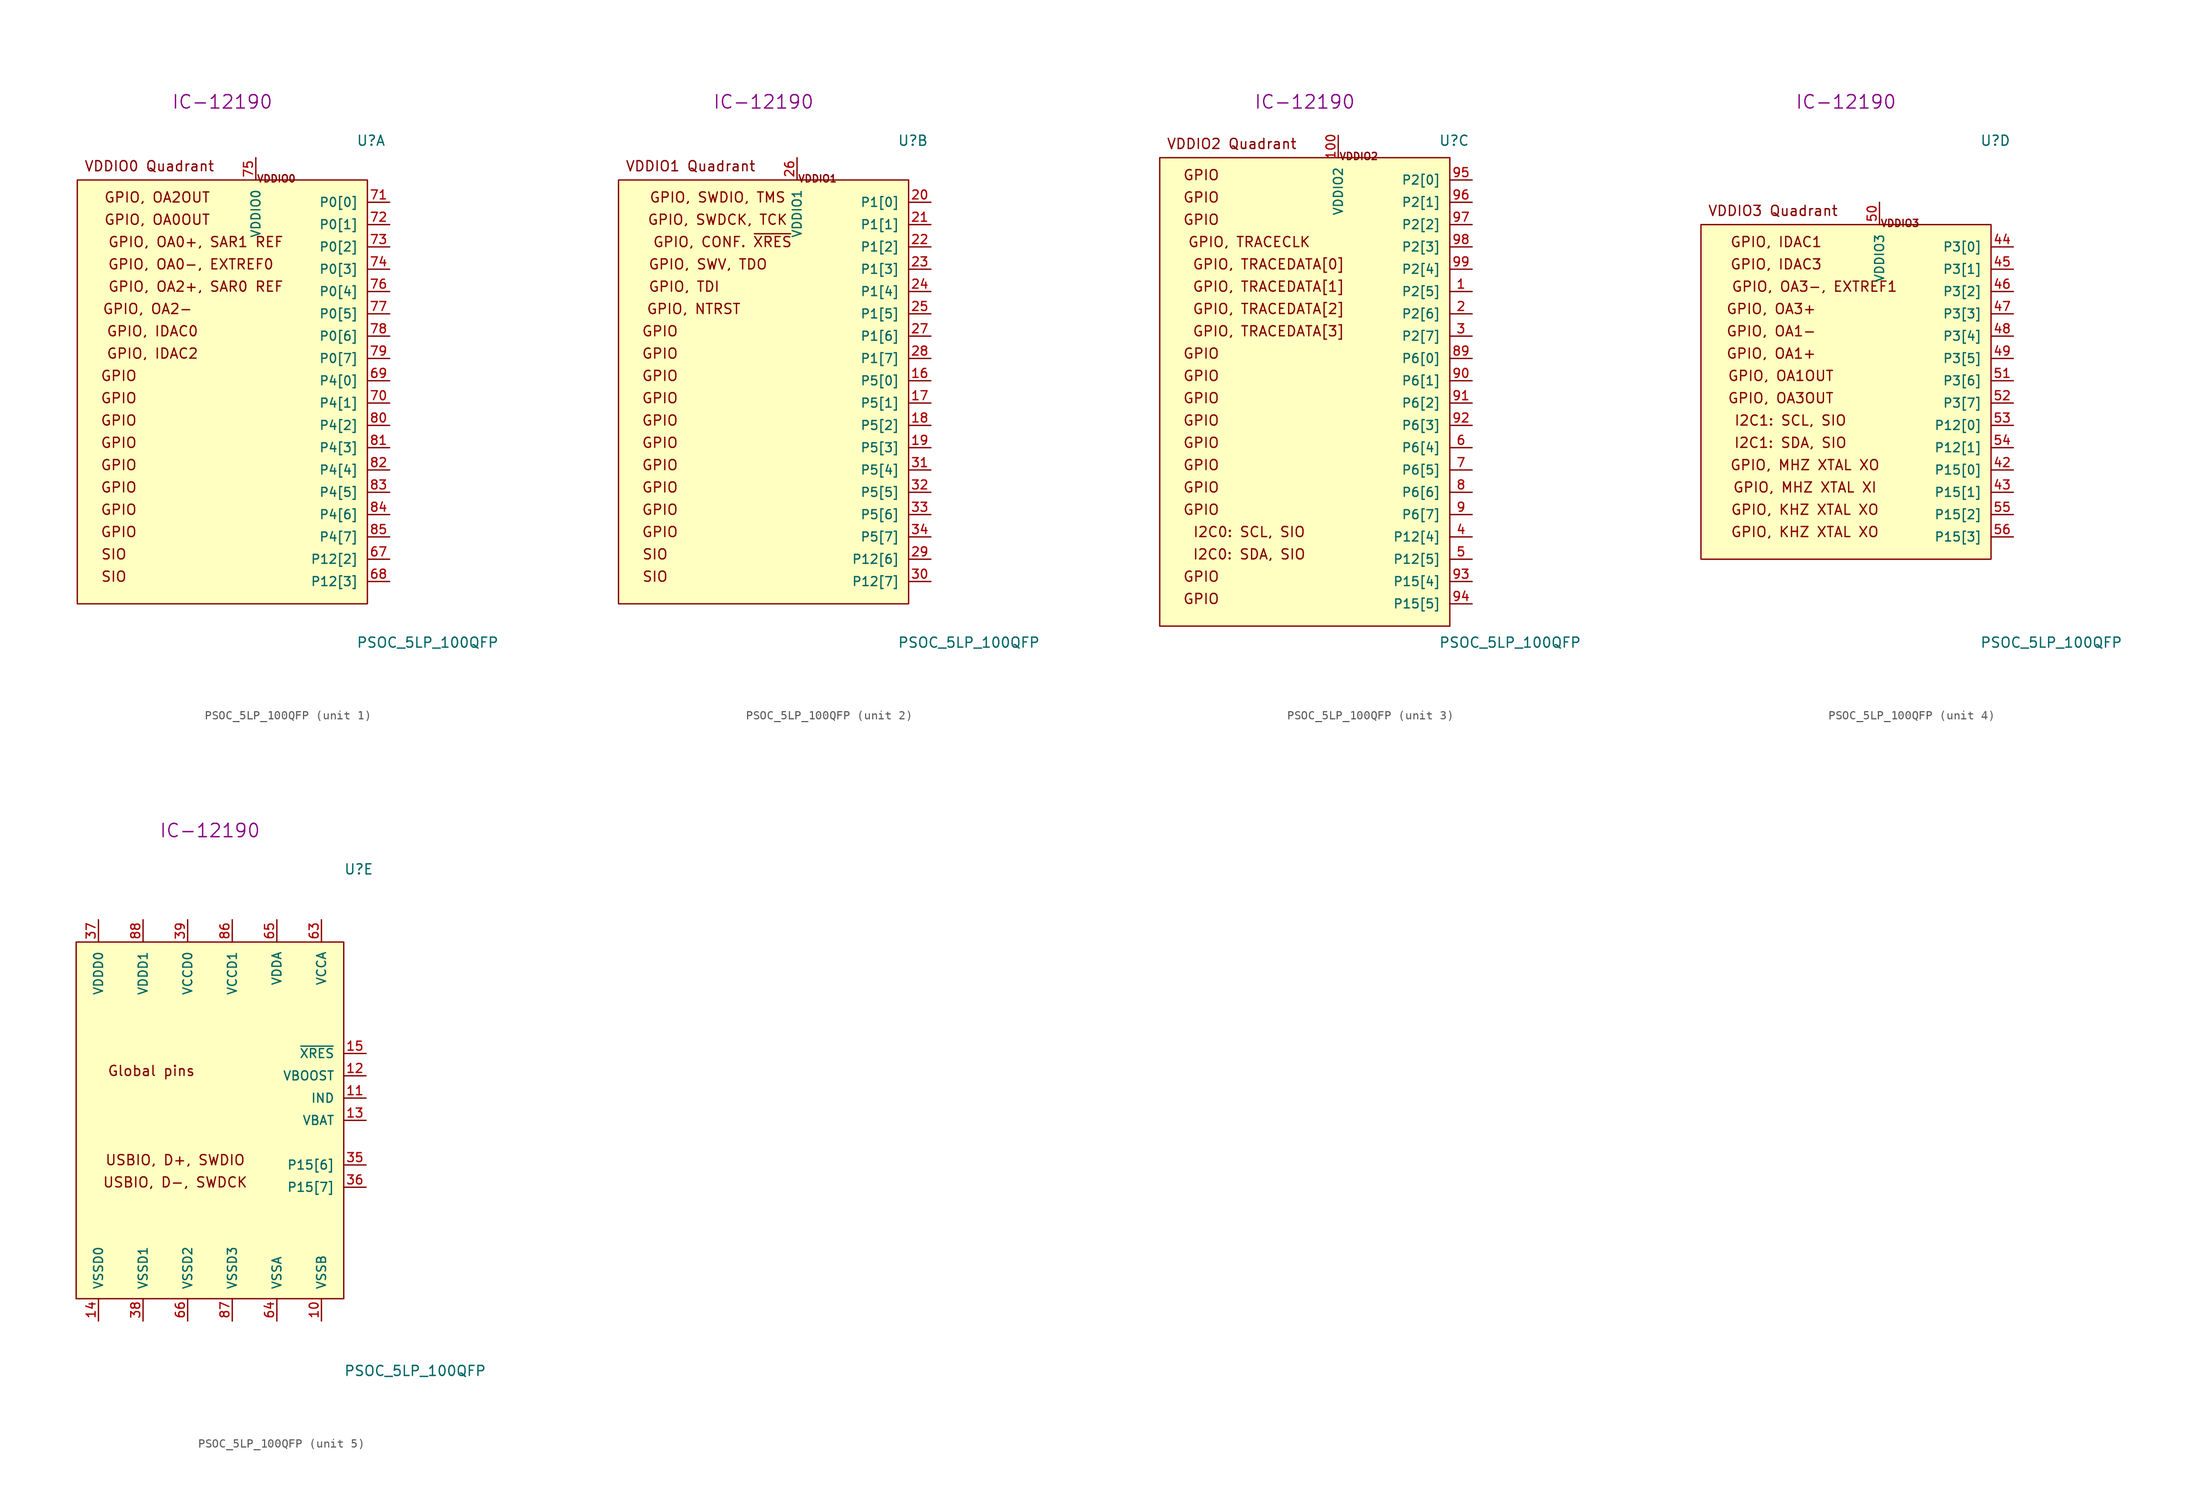
<source format=kicad_sym>
(kicad_symbol_lib
  (version 20201005)
  (generator kicad_symbol_editor)
  (symbol "PSOC_5LP_100QFP"
    (pin_names
      (offset 1.016))
    (property "Reference" "U"
      (at 15.24 27.94 0)
      (effects (font (size 1.143 1.143)) (justify left bottom)))
    (property "Value" "PSOC_5LP_100QFP"
      (at 15.24 -29.21 0)
      (effects (font (size 1.143 1.143)) (justify left bottom)))
    (property "Field4" "IC-12190"
      (at 0 33.02 0)
      (effects (font (size 1.524 1.524))))
    (property "ki_locked" ""
      (at 0 0 0)
      (effects (font (size 1.27 1.27))))
    (symbol "PSOC_5LP_100QFP_1_0"
      (text "GPIO" (at -11.786 -15.951 0) (effects (font (size 1.143 1.143))))
      (text "GPIO" (at -11.786 -13.411 0) (effects (font (size 1.143 1.143))))
      (text "GPIO" (at -11.786 -10.871 0) (effects (font (size 1.143 1.143))))
      (text "GPIO" (at -11.786 -8.331 0) (effects (font (size 1.143 1.143))))
      (text "GPIO" (at -11.786 -5.791 0) (effects (font (size 1.143 1.143))))
      (text "GPIO" (at -11.786 -3.251 0) (effects (font (size 1.143 1.143))))
      (text "GPIO" (at -11.786 -0.711 0) (effects (font (size 1.143 1.143))))
      (text "GPIO" (at -11.786 1.829 0) (effects (font (size 1.143 1.143))))
      (text "GPIO, IDAC0" (at -7.95 6.909 0) (effects (font (size 1.143 1.143))))
      (text "GPIO, IDAC2" (at -7.95 4.369 0) (effects (font (size 1.143 1.143))))
      (text "GPIO, OA0+, SAR1 REF" (at -3.023 17.069 0) (effects (font (size 1.143 1.143))))
      (text "GPIO, OA0-, EXTREF0" (at -3.581 14.529 0) (effects (font (size 1.143 1.143))))
      (text "GPIO, OA0OUT" (at -7.417 19.609 0) (effects (font (size 1.143 1.143))))
      (text "GPIO, OA2+, SAR0 REF" (at -3.023 11.989 0) (effects (font (size 1.143 1.143))))
      (text "GPIO, OA2-" (at -8.509 9.449 0) (effects (font (size 1.143 1.143))))
      (text "GPIO, OA2OUT" (at -7.417 22.149 0) (effects (font (size 1.143 1.143))))
      (text "SIO" (at -12.344 -21.031 0) (effects (font (size 1.143 1.143))))
      (text "SIO" (at -12.344 -18.491 0) (effects (font (size 1.143 1.143))))
      (text "VDDIO0" (at 6.147 24.282 0) (effects (font (size 0.813 0.813))))
      (text "VDDIO0 Quadrant" (at -8.306 25.705 0) (effects (font (size 1.143 1.143)))))
    (symbol "PSOC_5LP_100QFP_1_1"
      (polyline (pts (xy -16.51 -24.13) (xy -16.51 24.13) (xy 16.51 24.13) (xy 16.51 -24.13) (xy -16.51 -24.13)) (stroke (width 0)) (fill (type background)))
      (pin bidirectional line (at 19.05 -1.27 180) (length 2.54) (name "P4[1]" (effects (font (size 1.016 1.016)))) (number "70" (effects (font (size 1.016 1.016)))))
      (pin bidirectional line (at 19.05 -3.81 180) (length 2.54) (name "P4[2]" (effects (font (size 1.016 1.016)))) (number "80" (effects (font (size 1.016 1.016)))))
      (pin bidirectional line (at 19.05 21.59 180) (length 2.54) (name "P0[0]" (effects (font (size 1.016 1.016)))) (number "71" (effects (font (size 1.016 1.016)))))
      (pin bidirectional line (at 19.05 -6.35 180) (length 2.54) (name "P4[3]" (effects (font (size 1.016 1.016)))) (number "81" (effects (font (size 1.016 1.016)))))
      (pin bidirectional line (at 19.05 19.05 180) (length 2.54) (name "P0[1]" (effects (font (size 1.016 1.016)))) (number "72" (effects (font (size 1.016 1.016)))))
      (pin bidirectional line (at 19.05 -8.89 180) (length 2.54) (name "P4[4]" (effects (font (size 1.016 1.016)))) (number "82" (effects (font (size 1.016 1.016)))))
      (pin bidirectional line (at 19.05 16.51 180) (length 2.54) (name "P0[2]" (effects (font (size 1.016 1.016)))) (number "73" (effects (font (size 1.016 1.016)))))
      (pin bidirectional line (at 19.05 -11.43 180) (length 2.54) (name "P4[5]" (effects (font (size 1.016 1.016)))) (number "83" (effects (font (size 1.016 1.016)))))
      (pin bidirectional line (at 19.05 13.97 180) (length 2.54) (name "P0[3]" (effects (font (size 1.016 1.016)))) (number "74" (effects (font (size 1.016 1.016)))))
      (pin bidirectional line (at 19.05 -13.97 180) (length 2.54) (name "P4[6]" (effects (font (size 1.016 1.016)))) (number "84" (effects (font (size 1.016 1.016)))))
      (pin bidirectional line (at 3.81 26.67 270) (length 2.54) (name "VDDIO0" (effects (font (size 1.016 1.016)))) (number "75" (effects (font (size 1.016 1.016)))))
      (pin bidirectional line (at 19.05 -16.51 180) (length 2.54) (name "P4[7]" (effects (font (size 1.016 1.016)))) (number "85" (effects (font (size 1.016 1.016)))))
      (pin bidirectional line (at 19.05 11.43 180) (length 2.54) (name "P0[4]" (effects (font (size 1.016 1.016)))) (number "76" (effects (font (size 1.016 1.016)))))
      (pin bidirectional line (at 19.05 -19.05 180) (length 2.54) (name "P12[2]" (effects (font (size 1.016 1.016)))) (number "67" (effects (font (size 1.016 1.016)))))
      (pin bidirectional line (at 19.05 8.89 180) (length 2.54) (name "P0[5]" (effects (font (size 1.016 1.016)))) (number "77" (effects (font (size 1.016 1.016)))))
      (pin bidirectional line (at 19.05 -21.59 180) (length 2.54) (name "P12[3]" (effects (font (size 1.016 1.016)))) (number "68" (effects (font (size 1.016 1.016)))))
      (pin bidirectional line (at 19.05 6.35 180) (length 2.54) (name "P0[6]" (effects (font (size 1.016 1.016)))) (number "78" (effects (font (size 1.016 1.016)))))
      (pin bidirectional line (at 19.05 1.27 180) (length 2.54) (name "P4[0]" (effects (font (size 1.016 1.016)))) (number "69" (effects (font (size 1.016 1.016)))))
      (pin bidirectional line (at 19.05 3.81 180) (length 2.54) (name "P0[7]" (effects (font (size 1.016 1.016)))) (number "79" (effects (font (size 1.016 1.016))))))
    (symbol "PSOC_5LP_100QFP_2_0"
      (text "GPIO" (at -11.786 -15.951 0) (effects (font (size 1.143 1.143))))
      (text "GPIO" (at -11.786 -13.411 0) (effects (font (size 1.143 1.143))))
      (text "GPIO" (at -11.786 -10.871 0) (effects (font (size 1.143 1.143))))
      (text "GPIO" (at -11.786 -8.331 0) (effects (font (size 1.143 1.143))))
      (text "GPIO" (at -11.786 -5.791 0) (effects (font (size 1.143 1.143))))
      (text "GPIO" (at -11.786 -3.251 0) (effects (font (size 1.143 1.143))))
      (text "GPIO" (at -11.786 -0.711 0) (effects (font (size 1.143 1.143))))
      (text "GPIO" (at -11.786 1.829 0) (effects (font (size 1.143 1.143))))
      (text "GPIO" (at -11.786 4.369 0) (effects (font (size 1.143 1.143))))
      (text "GPIO" (at -11.786 6.909 0) (effects (font (size 1.143 1.143))))
      (text "GPIO, CONF. ~XRES" (at -4.674 17.069 0) (effects (font (size 1.143 1.143))))
      (text "GPIO, NTRST" (at -7.95 9.449 0) (effects (font (size 1.143 1.143))))
      (text "GPIO, SWDCK, TCK" (at -5.232 19.609 0) (effects (font (size 1.143 1.143))))
      (text "GPIO, SWDIO, TMS" (at -5.232 22.149 0) (effects (font (size 1.143 1.143))))
      (text "GPIO, SWV, TDO" (at -6.325 14.529 0) (effects (font (size 1.143 1.143))))
      (text "GPIO, TDI" (at -9.042 11.989 0) (effects (font (size 1.143 1.143))))
      (text "SIO" (at -12.344 -21.031 0) (effects (font (size 1.143 1.143))))
      (text "SIO" (at -12.344 -18.491 0) (effects (font (size 1.143 1.143))))
      (text "VDDIO1" (at 6.147 24.282 0) (effects (font (size 0.813 0.813))))
      (text "VDDIO1 Quadrant" (at -8.306 25.705 0) (effects (font (size 1.143 1.143)))))
    (symbol "PSOC_5LP_100QFP_2_1"
      (polyline (pts (xy -16.51 -24.13) (xy -16.51 24.13) (xy 16.51 24.13) (xy 16.51 -24.13) (xy -16.51 -24.13)) (stroke (width 0)) (fill (type background)))
      (pin bidirectional line (at 19.05 21.59 180) (length 2.54) (name "P1[0]" (effects (font (size 1.016 1.016)))) (number "20" (effects (font (size 1.016 1.016)))))
      (pin bidirectional line (at 19.05 -21.59 180) (length 2.54) (name "P12[7]" (effects (font (size 1.016 1.016)))) (number "30" (effects (font (size 1.016 1.016)))))
      (pin bidirectional line (at 19.05 19.05 180) (length 2.54) (name "P1[1]" (effects (font (size 1.016 1.016)))) (number "21" (effects (font (size 1.016 1.016)))))
      (pin bidirectional line (at 19.05 -8.89 180) (length 2.54) (name "P5[4]" (effects (font (size 1.016 1.016)))) (number "31" (effects (font (size 1.016 1.016)))))
      (pin bidirectional line (at 19.05 16.51 180) (length 2.54) (name "P1[2]" (effects (font (size 1.016 1.016)))) (number "22" (effects (font (size 1.016 1.016)))))
      (pin bidirectional line (at 19.05 -11.43 180) (length 2.54) (name "P5[5]" (effects (font (size 1.016 1.016)))) (number "32" (effects (font (size 1.016 1.016)))))
      (pin bidirectional line (at 19.05 13.97 180) (length 2.54) (name "P1[3]" (effects (font (size 1.016 1.016)))) (number "23" (effects (font (size 1.016 1.016)))))
      (pin bidirectional line (at 19.05 -13.97 180) (length 2.54) (name "P5[6]" (effects (font (size 1.016 1.016)))) (number "33" (effects (font (size 1.016 1.016)))))
      (pin bidirectional line (at 19.05 11.43 180) (length 2.54) (name "P1[4]" (effects (font (size 1.016 1.016)))) (number "24" (effects (font (size 1.016 1.016)))))
      (pin bidirectional line (at 19.05 -16.51 180) (length 2.54) (name "P5[7]" (effects (font (size 1.016 1.016)))) (number "34" (effects (font (size 1.016 1.016)))))
      (pin bidirectional line (at 19.05 8.89 180) (length 2.54) (name "P1[5]" (effects (font (size 1.016 1.016)))) (number "25" (effects (font (size 1.016 1.016)))))
      (pin bidirectional line (at 19.05 1.27 180) (length 2.54) (name "P5[0]" (effects (font (size 1.016 1.016)))) (number "16" (effects (font (size 1.016 1.016)))))
      (pin bidirectional line (at 3.81 26.67 270) (length 2.54) (name "VDDIO1" (effects (font (size 1.016 1.016)))) (number "26" (effects (font (size 1.016 1.016)))))
      (pin bidirectional line (at 19.05 -1.27 180) (length 2.54) (name "P5[1]" (effects (font (size 1.016 1.016)))) (number "17" (effects (font (size 1.016 1.016)))))
      (pin bidirectional line (at 19.05 6.35 180) (length 2.54) (name "P1[6]" (effects (font (size 1.016 1.016)))) (number "27" (effects (font (size 1.016 1.016)))))
      (pin bidirectional line (at 19.05 -3.81 180) (length 2.54) (name "P5[2]" (effects (font (size 1.016 1.016)))) (number "18" (effects (font (size 1.016 1.016)))))
      (pin bidirectional line (at 19.05 3.81 180) (length 2.54) (name "P1[7]" (effects (font (size 1.016 1.016)))) (number "28" (effects (font (size 1.016 1.016)))))
      (pin bidirectional line (at 19.05 -6.35 180) (length 2.54) (name "P5[3]" (effects (font (size 1.016 1.016)))) (number "19" (effects (font (size 1.016 1.016)))))
      (pin bidirectional line (at 19.05 -19.05 180) (length 2.54) (name "P12[6]" (effects (font (size 1.016 1.016)))) (number "29" (effects (font (size 1.016 1.016))))))
    (symbol "PSOC_5LP_100QFP_3_0"
      (text "GPIO" (at -11.786 -23.571 0) (effects (font (size 1.143 1.143))))
      (text "GPIO" (at -11.786 -21.031 0) (effects (font (size 1.143 1.143))))
      (text "GPIO" (at -11.786 -13.411 0) (effects (font (size 1.143 1.143))))
      (text "GPIO" (at -11.786 -10.871 0) (effects (font (size 1.143 1.143))))
      (text "GPIO" (at -11.786 -8.331 0) (effects (font (size 1.143 1.143))))
      (text "GPIO" (at -11.786 -5.791 0) (effects (font (size 1.143 1.143))))
      (text "GPIO" (at -11.786 -3.251 0) (effects (font (size 1.143 1.143))))
      (text "GPIO" (at -11.786 -0.711 0) (effects (font (size 1.143 1.143))))
      (text "GPIO" (at -11.786 1.829 0) (effects (font (size 1.143 1.143))))
      (text "GPIO" (at -11.786 4.369 0) (effects (font (size 1.143 1.143))))
      (text "GPIO" (at -11.786 19.609 0) (effects (font (size 1.143 1.143))))
      (text "GPIO" (at -11.786 22.149 0) (effects (font (size 1.143 1.143))))
      (text "GPIO" (at -11.786 24.689 0) (effects (font (size 1.143 1.143))))
      (text "GPIO, TRACECLK" (at -6.325 17.069 0) (effects (font (size 1.143 1.143))))
      (text "GPIO, TRACEDATA[0]" (at -4.115 14.529 0) (effects (font (size 1.143 1.143))))
      (text "GPIO, TRACEDATA[1]" (at -4.115 11.989 0) (effects (font (size 1.143 1.143))))
      (text "GPIO, TRACEDATA[2]" (at -4.115 9.449 0) (effects (font (size 1.143 1.143))))
      (text "GPIO, TRACEDATA[3]" (at -4.115 6.909 0) (effects (font (size 1.143 1.143))))
      (text "I2C0: SCL, SIO" (at -6.325 -15.951 0) (effects (font (size 1.143 1.143))))
      (text "I2C0: SDA, SIO" (at -6.325 -18.491 0) (effects (font (size 1.143 1.143))))
      (text "VDDIO2" (at 6.147 26.822 0) (effects (font (size 0.813 0.813))))
      (text "VDDIO2 Quadrant" (at -8.306 28.245 0) (effects (font (size 1.143 1.143)))))
    (symbol "PSOC_5LP_100QFP_3_1"
      (polyline (pts (xy -16.51 -26.67) (xy -16.51 26.67) (xy 16.51 26.67) (xy 16.51 -26.67) (xy -16.51 -26.67)) (stroke (width 0)) (fill (type background)))
      (pin bidirectional line (at 19.05 11.43 180) (length 2.54) (name "P2[5]" (effects (font (size 1.016 1.016)))) (number "1" (effects (font (size 1.016 1.016)))))
      (pin bidirectional line (at 19.05 8.89 180) (length 2.54) (name "P2[6]" (effects (font (size 1.016 1.016)))) (number "2" (effects (font (size 1.016 1.016)))))
      (pin bidirectional line (at 19.05 6.35 180) (length 2.54) (name "P2[7]" (effects (font (size 1.016 1.016)))) (number "3" (effects (font (size 1.016 1.016)))))
      (pin bidirectional line (at 19.05 -16.51 180) (length 2.54) (name "P12[4]" (effects (font (size 1.016 1.016)))) (number "4" (effects (font (size 1.016 1.016)))))
      (pin bidirectional line (at 19.05 -19.05 180) (length 2.54) (name "P12[5]" (effects (font (size 1.016 1.016)))) (number "5" (effects (font (size 1.016 1.016)))))
      (pin bidirectional line (at 19.05 -6.35 180) (length 2.54) (name "P6[4]" (effects (font (size 1.016 1.016)))) (number "6" (effects (font (size 1.016 1.016)))))
      (pin bidirectional line (at 19.05 -8.89 180) (length 2.54) (name "P6[5]" (effects (font (size 1.016 1.016)))) (number "7" (effects (font (size 1.016 1.016)))))
      (pin bidirectional line (at 19.05 -11.43 180) (length 2.54) (name "P6[6]" (effects (font (size 1.016 1.016)))) (number "8" (effects (font (size 1.016 1.016)))))
      (pin bidirectional line (at 19.05 -13.97 180) (length 2.54) (name "P6[7]" (effects (font (size 1.016 1.016)))) (number "9" (effects (font (size 1.016 1.016)))))
      (pin bidirectional line (at 19.05 1.27 180) (length 2.54) (name "P6[1]" (effects (font (size 1.016 1.016)))) (number "90" (effects (font (size 1.016 1.016)))))
      (pin bidirectional line (at 19.05 -1.27 180) (length 2.54) (name "P6[2]" (effects (font (size 1.016 1.016)))) (number "91" (effects (font (size 1.016 1.016)))))
      (pin bidirectional line (at 19.05 -3.81 180) (length 2.54) (name "P6[3]" (effects (font (size 1.016 1.016)))) (number "92" (effects (font (size 1.016 1.016)))))
      (pin bidirectional line (at 19.05 -21.59 180) (length 2.54) (name "P15[4]" (effects (font (size 1.016 1.016)))) (number "93" (effects (font (size 1.016 1.016)))))
      (pin bidirectional line (at 19.05 -24.13 180) (length 2.54) (name "P15[5]" (effects (font (size 1.016 1.016)))) (number "94" (effects (font (size 1.016 1.016)))))
      (pin bidirectional line (at 19.05 24.13 180) (length 2.54) (name "P2[0]" (effects (font (size 1.016 1.016)))) (number "95" (effects (font (size 1.016 1.016)))))
      (pin bidirectional line (at 19.05 21.59 180) (length 2.54) (name "P2[1]" (effects (font (size 1.016 1.016)))) (number "96" (effects (font (size 1.016 1.016)))))
      (pin bidirectional line (at 19.05 19.05 180) (length 2.54) (name "P2[2]" (effects (font (size 1.016 1.016)))) (number "97" (effects (font (size 1.016 1.016)))))
      (pin bidirectional line (at 19.05 16.51 180) (length 2.54) (name "P2[3]" (effects (font (size 1.016 1.016)))) (number "98" (effects (font (size 1.016 1.016)))))
      (pin bidirectional line (at 19.05 3.81 180) (length 2.54) (name "P6[0]" (effects (font (size 1.016 1.016)))) (number "89" (effects (font (size 1.016 1.016)))))
      (pin bidirectional line (at 19.05 13.97 180) (length 2.54) (name "P2[4]" (effects (font (size 1.016 1.016)))) (number "99" (effects (font (size 1.016 1.016)))))
      (pin bidirectional line (at 3.81 29.21 270) (length 2.54) (name "VDDIO2" (effects (font (size 1.016 1.016)))) (number "100" (effects (font (size 1.016 1.016))))))
    (symbol "PSOC_5LP_100QFP_4_0"
      (text "GPIO, IDAC1" (at -7.95 17.069 0) (effects (font (size 1.143 1.143))))
      (text "GPIO, IDAC3" (at -7.95 14.529 0) (effects (font (size 1.143 1.143))))
      (text "GPIO, KHZ XTAL XO" (at -4.674 -15.951 0) (effects (font (size 1.143 1.143))))
      (text "GPIO, KHZ XTAL XO" (at -4.674 -13.411 0) (effects (font (size 1.143 1.143))))
      (text "GPIO, MHZ XTAL XI" (at -4.674 -10.871 0) (effects (font (size 1.143 1.143))))
      (text "GPIO, MHZ XTAL XO" (at -4.674 -8.331 0) (effects (font (size 1.143 1.143))))
      (text "GPIO, OA1+" (at -8.509 4.369 0) (effects (font (size 1.143 1.143))))
      (text "GPIO, OA1-" (at -8.509 6.909 0) (effects (font (size 1.143 1.143))))
      (text "GPIO, OA1OUT" (at -7.417 1.829 0) (effects (font (size 1.143 1.143))))
      (text "GPIO, OA3+" (at -8.509 9.449 0) (effects (font (size 1.143 1.143))))
      (text "GPIO, OA3-, EXTREF1" (at -3.581 11.989 0) (effects (font (size 1.143 1.143))))
      (text "GPIO, OA3OUT" (at -7.417 -0.711 0) (effects (font (size 1.143 1.143))))
      (text "I2C1: SCL, SIO" (at -6.325 -3.251 0) (effects (font (size 1.143 1.143))))
      (text "I2C1: SDA, SIO" (at -6.325 -5.791 0) (effects (font (size 1.143 1.143))))
      (text "VDDIO3" (at 6.147 19.202 0) (effects (font (size 0.813 0.813))))
      (text "VDDIO3 Quadrant" (at -8.306 20.625 0) (effects (font (size 1.143 1.143)))))
    (symbol "PSOC_5LP_100QFP_4_1"
      (polyline (pts (xy -16.51 -19.05) (xy -16.51 19.05) (xy 16.51 19.05) (xy 16.51 -19.05) (xy -16.51 -19.05)) (stroke (width 0)) (fill (type background)))
      (pin bidirectional line (at 3.81 21.59 270) (length 2.54) (name "VDDIO3" (effects (font (size 1.016 1.016)))) (number "50" (effects (font (size 1.016 1.016)))))
      (pin bidirectional line (at 19.05 1.27 180) (length 2.54) (name "P3[6]" (effects (font (size 1.016 1.016)))) (number "51" (effects (font (size 1.016 1.016)))))
      (pin bidirectional line (at 19.05 -8.89 180) (length 2.54) (name "P15[0]" (effects (font (size 1.016 1.016)))) (number "42" (effects (font (size 1.016 1.016)))))
      (pin bidirectional line (at 19.05 -1.27 180) (length 2.54) (name "P3[7]" (effects (font (size 1.016 1.016)))) (number "52" (effects (font (size 1.016 1.016)))))
      (pin bidirectional line (at 19.05 -11.43 180) (length 2.54) (name "P15[1]" (effects (font (size 1.016 1.016)))) (number "43" (effects (font (size 1.016 1.016)))))
      (pin bidirectional line (at 19.05 -3.81 180) (length 2.54) (name "P12[0]" (effects (font (size 1.016 1.016)))) (number "53" (effects (font (size 1.016 1.016)))))
      (pin bidirectional line (at 19.05 16.51 180) (length 2.54) (name "P3[0]" (effects (font (size 1.016 1.016)))) (number "44" (effects (font (size 1.016 1.016)))))
      (pin bidirectional line (at 19.05 -6.35 180) (length 2.54) (name "P12[1]" (effects (font (size 1.016 1.016)))) (number "54" (effects (font (size 1.016 1.016)))))
      (pin bidirectional line (at 19.05 13.97 180) (length 2.54) (name "P3[1]" (effects (font (size 1.016 1.016)))) (number "45" (effects (font (size 1.016 1.016)))))
      (pin bidirectional line (at 19.05 -13.97 180) (length 2.54) (name "P15[2]" (effects (font (size 1.016 1.016)))) (number "55" (effects (font (size 1.016 1.016)))))
      (pin bidirectional line (at 19.05 11.43 180) (length 2.54) (name "P3[2]" (effects (font (size 1.016 1.016)))) (number "46" (effects (font (size 1.016 1.016)))))
      (pin bidirectional line (at 19.05 -16.51 180) (length 2.54) (name "P15[3]" (effects (font (size 1.016 1.016)))) (number "56" (effects (font (size 1.016 1.016)))))
      (pin bidirectional line (at 19.05 8.89 180) (length 2.54) (name "P3[3]" (effects (font (size 1.016 1.016)))) (number "47" (effects (font (size 1.016 1.016)))))
      (pin bidirectional line (at 19.05 6.35 180) (length 2.54) (name "P3[4]" (effects (font (size 1.016 1.016)))) (number "48" (effects (font (size 1.016 1.016)))))
      (pin bidirectional line (at 19.05 3.81 180) (length 2.54) (name "P3[5]" (effects (font (size 1.016 1.016)))) (number "49" (effects (font (size 1.016 1.016))))))
    (symbol "PSOC_5LP_100QFP_5_0"
      (text "Global pins" (at -6.68 5.639 0) (effects (font (size 1.143 1.143))))
      (text "USBIO, D+, SWDIO" (at -3.962 -4.521 0) (effects (font (size 1.143 1.143))))
      (text "USBIO, D-, SWDCK" (at -3.962 -7.061 0) (effects (font (size 1.143 1.143)))))
    (symbol "PSOC_5LP_100QFP_5_1"
      (polyline (pts (xy -15.24 -20.32) (xy -15.24 20.32) (xy 15.24 20.32) (xy 15.24 -20.32) (xy -15.24 -20.32)) (stroke (width 0)) (fill (type background)))
      (pin bidirectional line (at 12.7 -22.86 90) (length 2.54) (name "VSSB" (effects (font (size 1.016 1.016)))) (number "10" (effects (font (size 1.016 1.016)))))
      (pin bidirectional line (at 17.78 2.54 180) (length 2.54) (name "IND" (effects (font (size 1.016 1.016)))) (number "11" (effects (font (size 1.016 1.016)))))
      (pin bidirectional line (at 17.78 5.08 180) (length 2.54) (name "VBOOST" (effects (font (size 1.016 1.016)))) (number "12" (effects (font (size 1.016 1.016)))))
      (pin bidirectional line (at 17.78 0 180) (length 2.54) (name "VBAT" (effects (font (size 1.016 1.016)))) (number "13" (effects (font (size 1.016 1.016)))))
      (pin bidirectional line (at 12.7 22.86 270) (length 2.54) (name "VCCA" (effects (font (size 1.016 1.016)))) (number "63" (effects (font (size 1.016 1.016)))))
      (pin bidirectional line (at -12.7 -22.86 90) (length 2.54) (name "VSSD0" (effects (font (size 1.016 1.016)))) (number "14" (effects (font (size 1.016 1.016)))))
      (pin bidirectional line (at 7.62 -22.86 90) (length 2.54) (name "VSSA" (effects (font (size 1.016 1.016)))) (number "64" (effects (font (size 1.016 1.016)))))
      (pin bidirectional line (at 17.78 7.62 180) (length 2.54) (name "~XRES" (effects (font (size 1.016 1.016)))) (number "15" (effects (font (size 1.016 1.016)))))
      (pin bidirectional line (at 17.78 -5.08 180) (length 2.54) (name "P15[6]" (effects (font (size 1.016 1.016)))) (number "35" (effects (font (size 1.016 1.016)))))
      (pin bidirectional line (at 7.62 22.86 270) (length 2.54) (name "VDDA" (effects (font (size 1.016 1.016)))) (number "65" (effects (font (size 1.016 1.016)))))
      (pin bidirectional line (at 17.78 -7.62 180) (length 2.54) (name "P15[7]" (effects (font (size 1.016 1.016)))) (number "36" (effects (font (size 1.016 1.016)))))
      (pin bidirectional line (at -2.54 -22.86 90) (length 2.54) (name "VSSD2" (effects (font (size 1.016 1.016)))) (number "66" (effects (font (size 1.016 1.016)))))
      (pin bidirectional line (at 2.54 22.86 270) (length 2.54) (name "VCCD1" (effects (font (size 1.016 1.016)))) (number "86" (effects (font (size 1.016 1.016)))))
      (pin bidirectional line (at -12.7 22.86 270) (length 2.54) (name "VDDD0" (effects (font (size 1.016 1.016)))) (number "37" (effects (font (size 1.016 1.016)))))
      (pin bidirectional line (at 2.54 -22.86 90) (length 2.54) (name "VSSD3" (effects (font (size 1.016 1.016)))) (number "87" (effects (font (size 1.016 1.016)))))
      (pin bidirectional line (at -7.62 -22.86 90) (length 2.54) (name "VSSD1" (effects (font (size 1.016 1.016)))) (number "38" (effects (font (size 1.016 1.016)))))
      (pin bidirectional line (at -7.62 22.86 270) (length 2.54) (name "VDDD1" (effects (font (size 1.016 1.016)))) (number "88" (effects (font (size 1.016 1.016)))))
      (pin bidirectional line (at -2.54 22.86 270) (length 2.54) (name "VCCD0" (effects (font (size 1.016 1.016)))) (number "39" (effects (font (size 1.016 1.016))))))))
</source>
